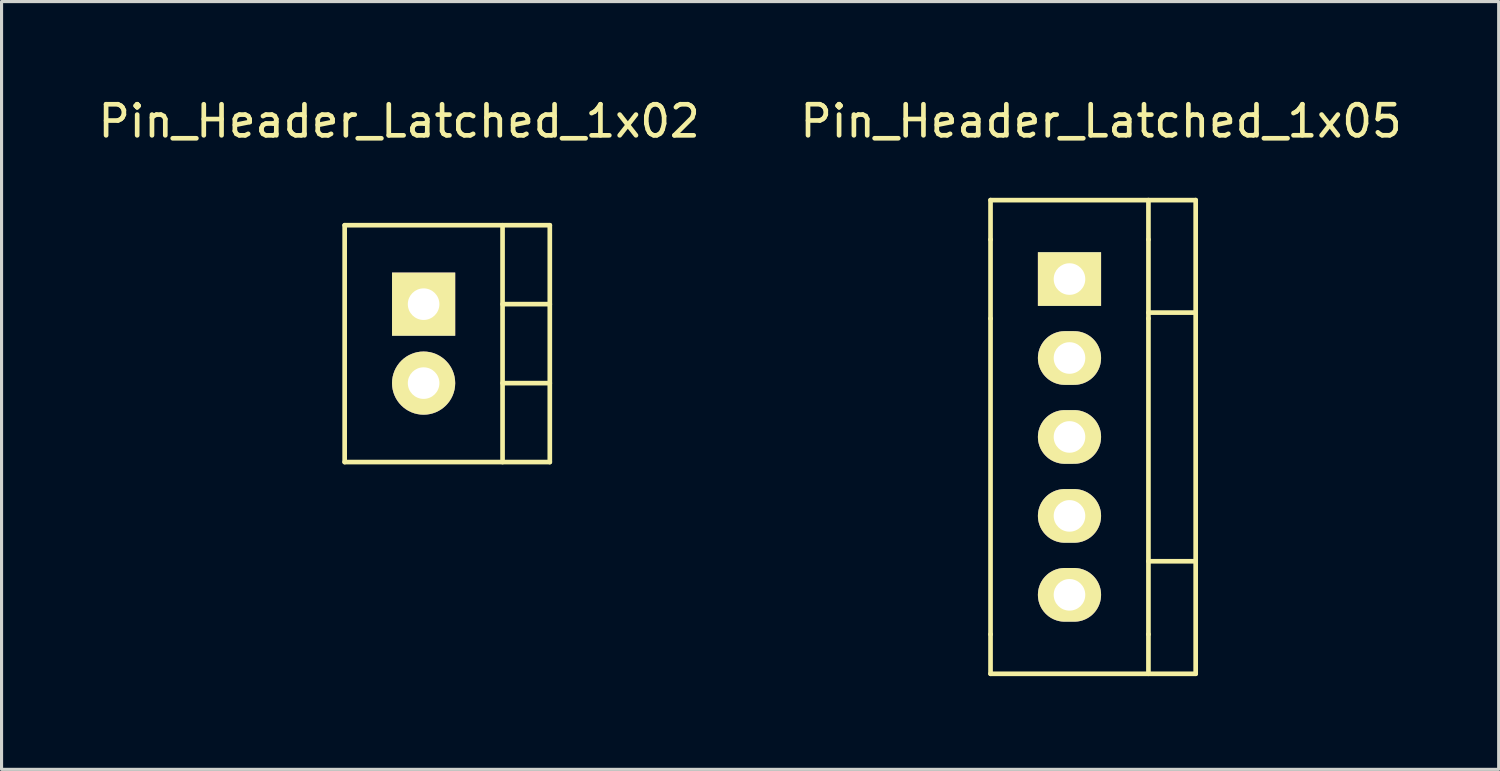
<source format=kicad_pcb>
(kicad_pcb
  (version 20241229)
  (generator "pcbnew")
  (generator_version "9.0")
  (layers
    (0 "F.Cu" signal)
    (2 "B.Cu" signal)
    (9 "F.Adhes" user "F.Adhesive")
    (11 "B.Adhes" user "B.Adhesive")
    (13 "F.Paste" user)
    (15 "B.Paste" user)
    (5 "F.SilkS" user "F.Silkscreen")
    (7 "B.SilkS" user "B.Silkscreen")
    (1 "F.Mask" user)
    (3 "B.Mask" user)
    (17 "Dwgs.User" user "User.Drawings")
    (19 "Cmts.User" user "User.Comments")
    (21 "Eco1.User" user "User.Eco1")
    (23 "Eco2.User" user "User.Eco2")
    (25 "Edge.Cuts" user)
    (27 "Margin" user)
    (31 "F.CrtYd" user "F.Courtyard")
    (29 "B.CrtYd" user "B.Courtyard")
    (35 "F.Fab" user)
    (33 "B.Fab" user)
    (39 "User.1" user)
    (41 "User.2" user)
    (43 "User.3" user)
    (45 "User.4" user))
  (footprint "Pin_Header_Latched_1x05"
    (layer "F.Cu")
    (at 28.819 3.388)
    (property "Reference" "Pin_Header_Latched_1x05" (at 3.556 -2.54 0) (layer "F.SilkS") (effects (font (size 1 1) (thickness 0.15))))
    (attr through_hole)
    (fp_line (start 0 0) (end 6.6 0) (stroke (width 0.15) (type solid)) (layer "F.SilkS"))
    (fp_line (start 0 1.27) (end 0 0) (stroke (width 0.15) (type solid)) (layer "F.SilkS"))
    (fp_line (start 0 3.81) (end 0 1.27) (stroke (width 0.15) (type solid)) (layer "F.SilkS"))
    (fp_line (start 0 13.97) (end 0 3.81) (stroke (width 0.15) (type solid)) (layer "F.SilkS"))
    (fp_line (start 0 13.97) (end 0 15.24) (stroke (width 0.15) (type solid)) (layer "F.SilkS"))
    (fp_line (start 0 15.24) (end 6.6 15.24) (stroke (width 0.15) (type solid)) (layer "F.SilkS"))
    (fp_line (start 5.08 1.27) (end 5.08 0) (stroke (width 0.15) (type solid)) (layer "F.SilkS"))
    (fp_line (start 5.08 1.27) (end 5.08 3.81) (stroke (width 0.15) (type solid)) (layer "F.SilkS"))
    (fp_line (start 5.08 3.62) (end 6.6 3.62) (stroke (width 0.15) (type solid)) (layer "F.SilkS"))
    (fp_line (start 5.08 3.81) (end 5.08 13.97) (stroke (width 0.15) (type solid)) (layer "F.SilkS"))
    (fp_line (start 5.08 11.62) (end 6.6 11.62) (stroke (width 0.15) (type solid)) (layer "F.SilkS"))
    (fp_line (start 5.08 13.97) (end 5.08 15.24) (stroke (width 0.15) (type solid)) (layer "F.SilkS"))
    (fp_line (start 6.6 0) (end 6.6 15.24) (stroke (width 0.15) (type solid)) (layer "F.SilkS"))
    (pad "1" thru_hole rect (at 2.54 2.54) (size 2.032 1.727) (drill 1.016) (layers "*.Cu" "*.Mask" "F.SilkS"))
    (pad "2" thru_hole oval (at 2.54 5.08) (size 2.032 1.727) (drill 1.016) (layers "*.Cu" "*.Mask" "F.SilkS"))
    (pad "3" thru_hole oval (at 2.54 7.62) (size 2.032 1.727) (drill 1.016) (layers "*.Cu" "*.Mask" "F.SilkS"))
    (pad "4" thru_hole oval (at 2.54 10.16) (size 2.032 1.727) (drill 1.016) (layers "*.Cu" "*.Mask" "F.SilkS"))
    (pad "5" thru_hole oval (at 2.54 12.7) (size 2.032 1.727) (drill 1.016) (layers "*.Cu" "*.Mask" "F.SilkS")))
  (footprint "Pin_Header_Latched_1x02"
    (layer "F.Cu")
    (at 8.039 4.196)
    (property "Reference" "Pin_Header_Latched_1x02" (at 1.753 -3.347 0) (layer "F.SilkS") (effects (font (size 1 1) (thickness 0.15))))
    (attr through_hole)
    (fp_line (start 0 0) (end 0 7.62) (stroke (width 0.15) (type solid)) (layer "F.SilkS"))
    (fp_line (start 0 0) (end 6.6 0) (stroke (width 0.15) (type solid)) (layer "F.SilkS"))
    (fp_line (start 0 7.62) (end 6.6 7.62) (stroke (width 0.15) (type solid)) (layer "F.SilkS"))
    (fp_line (start 5.08 0) (end 5.08 7.62) (stroke (width 0.15) (type solid)) (layer "F.SilkS"))
    (fp_line (start 5.08 2.54) (end 6.6 2.54) (stroke (width 0.15) (type solid)) (layer "F.SilkS"))
    (fp_line (start 5.08 5.08) (end 6.6 5.08) (stroke (width 0.15) (type solid)) (layer "F.SilkS"))
    (fp_line (start 6.6 0) (end 6.6 7.62) (stroke (width 0.15) (type solid)) (layer "F.SilkS"))
    (pad "1" thru_hole rect (at 2.54 2.54) (size 2.032 2.032) (drill 1.016) (layers "*.Cu" "*.Mask" "F.SilkS"))
    (pad "2" thru_hole oval (at 2.54 5.08) (size 2.032 2.032) (drill 1.016) (layers "*.Cu" "*.Mask" "F.SilkS")))
  (gr_rect
    (start -3 -3)
    (end 45.167 21.703)
    (stroke (width 0.1) (type default))
    (fill no)
    (layer "Edge.Cuts")))
</source>
